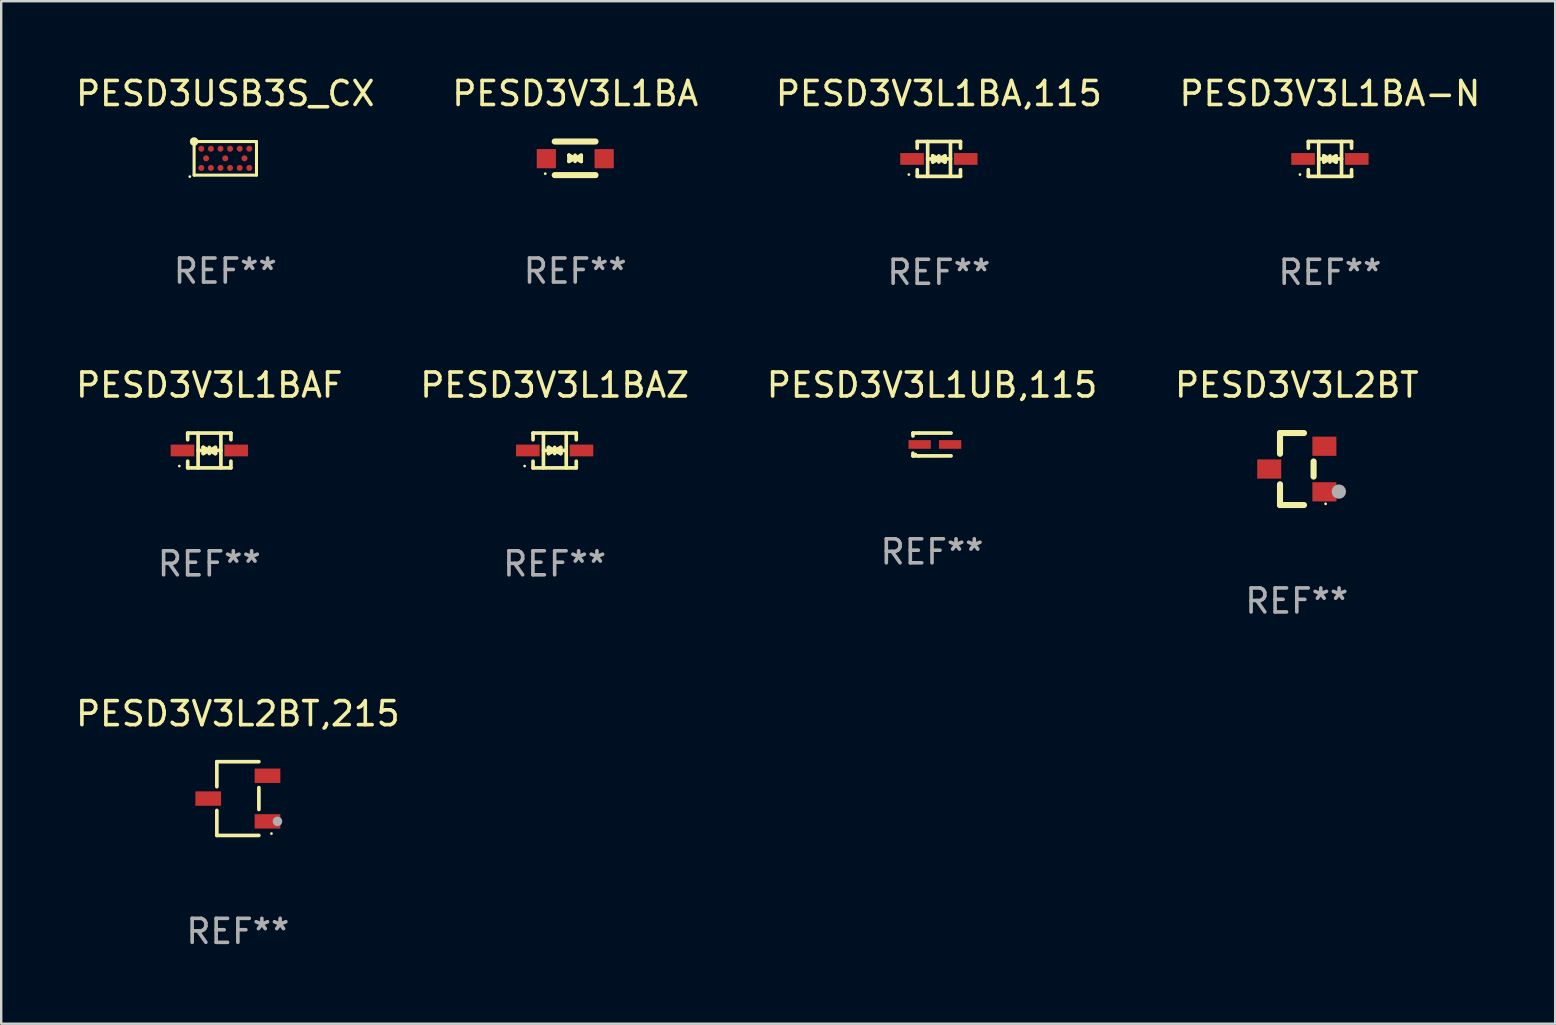
<source format=kicad_pcb>
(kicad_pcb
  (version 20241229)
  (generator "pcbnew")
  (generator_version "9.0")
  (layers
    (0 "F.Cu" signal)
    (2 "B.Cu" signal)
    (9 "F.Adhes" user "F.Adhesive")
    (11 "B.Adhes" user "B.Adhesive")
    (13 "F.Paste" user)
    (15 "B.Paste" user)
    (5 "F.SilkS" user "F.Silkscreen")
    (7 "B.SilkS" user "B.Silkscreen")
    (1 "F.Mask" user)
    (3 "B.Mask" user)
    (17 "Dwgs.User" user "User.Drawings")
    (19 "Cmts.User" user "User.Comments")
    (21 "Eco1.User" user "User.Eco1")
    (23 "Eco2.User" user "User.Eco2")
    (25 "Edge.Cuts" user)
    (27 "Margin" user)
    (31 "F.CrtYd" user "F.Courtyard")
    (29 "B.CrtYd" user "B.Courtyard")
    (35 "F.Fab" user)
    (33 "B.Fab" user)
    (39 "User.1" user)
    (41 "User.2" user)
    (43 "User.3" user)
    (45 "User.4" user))
  (footprint "PESD3V3L1BAZ"
    (layer "F.Cu")
    (at 20.065 15.723)
    (property "Reference" "PESD3V3L1BAZ" (at 0 -2.726 0) (layer "F.SilkS") (effects (font (size 1 1) (thickness 0.15))))
    (attr through_hole)
    (fp_line (start -0.901 -0.726) (end -0.901 -0.448) (stroke (width 0.152) (type solid)) (layer "F.SilkS"))
    (fp_line (start -0.901 0.726) (end -0.901 0.448) (stroke (width 0.152) (type solid)) (layer "F.SilkS"))
    (fp_line (start -0.467 0) (end 0.483 -0.003) (stroke (width 0.154) (type solid)) (layer "F.SilkS"))
    (fp_line (start -0.467 0.726) (end -0.467 -0.726) (stroke (width 0.152) (type solid)) (layer "F.SilkS"))
    (fp_line (start -0.254 -0.127) (end -0.254 -0.127) (stroke (width 0.154) (type solid)) (layer "F.SilkS"))
    (fp_line (start -0.254 -0.127) (end -0.002 -0.003) (stroke (width 0.154) (type solid)) (layer "F.SilkS"))
    (fp_line (start -0.254 0.127) (end -0.254 -0.127) (stroke (width 0.154) (type solid)) (layer "F.SilkS"))
    (fp_line (start -0.127 0) (end 0.003 0) (stroke (width 0.154) (type solid)) (layer "F.SilkS"))
    (fp_line (start -0.003 0) (end -0.254 0.127) (stroke (width 0.154) (type solid)) (layer "F.SilkS"))
    (fp_line (start 0 -0.127) (end 0 0.127) (stroke (width 0.154) (type solid)) (layer "F.SilkS"))
    (fp_line (start 0.003 0) (end 0.254 -0.127) (stroke (width 0.154) (type solid)) (layer "F.SilkS"))
    (fp_line (start 0.127 0) (end -0.003 0) (stroke (width 0.154) (type solid)) (layer "F.SilkS"))
    (fp_line (start 0.254 -0.127) (end 0.254 0.127) (stroke (width 0.154) (type solid)) (layer "F.SilkS"))
    (fp_line (start 0.254 0.127) (end 0.002 0.003) (stroke (width 0.154) (type solid)) (layer "F.SilkS"))
    (fp_line (start 0.254 0.127) (end 0.254 0.127) (stroke (width 0.154) (type solid)) (layer "F.SilkS"))
    (fp_line (start 0.483 0.726) (end 0.483 -0.726) (stroke (width 0.152) (type solid)) (layer "F.SilkS"))
    (fp_line (start 0.901 -0.726) (end -0.901 -0.726) (stroke (width 0.152) (type solid)) (layer "F.SilkS"))
    (fp_line (start 0.901 -0.726) (end 0.901 -0.448) (stroke (width 0.152) (type solid)) (layer "F.SilkS"))
    (fp_line (start 0.901 0.726) (end -0.901 0.726) (stroke (width 0.152) (type solid)) (layer "F.SilkS"))
    (fp_line (start 0.901 0.726) (end 0.901 0.448) (stroke (width 0.152) (type solid)) (layer "F.SilkS"))
    (fp_circle (center -1.25 0.65) (end -1.22 0.65) (stroke (width 0.06) (type solid)) (fill no) (layer "F.SilkS"))
    (fp_text user "REF**" (at 0 4.726 0) (layer "F.Fab") (effects (font (size 1 1) (thickness 0.15))))
    (pad "1" smd rect (at -1.118 0) (size 0.985 0.49) (layers "F.Cu" "F.Mask" "F.Paste"))
    (pad "2" smd rect (at 1.118 0) (size 0.985 0.49) (layers "F.Cu" "F.Mask" "F.Paste")))
  (footprint "PESD3V3L1BA"
    (layer "F.Cu")
    (at 20.923 3.548)
    (property "Reference" "PESD3V3L1BA" (at 0 -2.7 0) (layer "F.SilkS") (effects (font (size 1 1) (thickness 0.15))))
    (attr through_hole)
    (fp_line (start -0.855 -0.7) (end 0.845 -0.7) (stroke (width 0.254) (type solid)) (layer "F.SilkS"))
    (fp_line (start -0.855 0.7) (end 0.845 0.7) (stroke (width 0.254) (type solid)) (layer "F.SilkS"))
    (fp_line (start -0.26 -0.127) (end -0.26 -0.127) (stroke (width 0.154) (type solid)) (layer "F.SilkS"))
    (fp_line (start -0.26 -0.127) (end -0.008 -0.003) (stroke (width 0.154) (type solid)) (layer "F.SilkS"))
    (fp_line (start -0.26 0.127) (end -0.26 -0.127) (stroke (width 0.154) (type solid)) (layer "F.SilkS"))
    (fp_line (start -0.133 0.000483) (end -0.003 0.000483) (stroke (width 0.154) (type solid)) (layer "F.SilkS"))
    (fp_line (start -0.009 0.000483) (end -0.26 0.127) (stroke (width 0.154) (type solid)) (layer "F.SilkS"))
    (fp_line (start -0.006 -0.127) (end -0.006 0.127) (stroke (width 0.154) (type solid)) (layer "F.SilkS"))
    (fp_line (start -0.003 0.000483) (end 0.248 -0.127) (stroke (width 0.154) (type solid)) (layer "F.SilkS"))
    (fp_line (start 0.121 0.000483) (end -0.009 0.000483) (stroke (width 0.154) (type solid)) (layer "F.SilkS"))
    (fp_line (start 0.248 -0.127) (end 0.248 0.127) (stroke (width 0.154) (type solid)) (layer "F.SilkS"))
    (fp_line (start 0.248 0.127) (end -0.004 0.004) (stroke (width 0.154) (type solid)) (layer "F.SilkS"))
    (fp_line (start 0.248 0.127) (end 0.248 0.127) (stroke (width 0.154) (type solid)) (layer "F.SilkS"))
    (fp_circle (center -1.25 0.64) (end -1.22 0.64) (stroke (width 0.06) (type solid)) (fill no) (layer "F.SilkS"))
    (fp_text user "REF**" (at 0 4.7 0) (layer "F.Fab") (effects (font (size 1 1) (thickness 0.15))))
    (pad "1" smd rect (at -1.205 0.015) (size 0.8 0.8) (layers "F.Cu" "F.Mask" "F.Paste"))
    (pad "2" smd rect (at 1.205 0.015) (size 0.8 0.8) (layers "F.Cu" "F.Mask" "F.Paste")))
  (footprint "PESD3V3L1BAF"
    (layer "F.Cu")
    (at 5.673 15.723)
    (property "Reference" "PESD3V3L1BAF" (at 0 -2.726 0) (layer "F.SilkS") (effects (font (size 1 1) (thickness 0.15))))
    (attr through_hole)
    (fp_line (start -0.901 -0.726) (end -0.901 -0.448) (stroke (width 0.152) (type solid)) (layer "F.SilkS"))
    (fp_line (start -0.901 0.726) (end -0.901 0.448) (stroke (width 0.152) (type solid)) (layer "F.SilkS"))
    (fp_line (start -0.467 0) (end 0.483 -0.003) (stroke (width 0.154) (type solid)) (layer "F.SilkS"))
    (fp_line (start -0.467 0.726) (end -0.467 -0.726) (stroke (width 0.152) (type solid)) (layer "F.SilkS"))
    (fp_line (start -0.254 -0.127) (end -0.254 -0.127) (stroke (width 0.154) (type solid)) (layer "F.SilkS"))
    (fp_line (start -0.254 -0.127) (end -0.002 -0.003) (stroke (width 0.154) (type solid)) (layer "F.SilkS"))
    (fp_line (start -0.254 0.127) (end -0.254 -0.127) (stroke (width 0.154) (type solid)) (layer "F.SilkS"))
    (fp_line (start -0.127 0) (end 0.003 0) (stroke (width 0.154) (type solid)) (layer "F.SilkS"))
    (fp_line (start -0.003 0) (end -0.254 0.127) (stroke (width 0.154) (type solid)) (layer "F.SilkS"))
    (fp_line (start 0 -0.127) (end 0 0.127) (stroke (width 0.154) (type solid)) (layer "F.SilkS"))
    (fp_line (start 0.003 0) (end 0.254 -0.127) (stroke (width 0.154) (type solid)) (layer "F.SilkS"))
    (fp_line (start 0.127 0) (end -0.003 0) (stroke (width 0.154) (type solid)) (layer "F.SilkS"))
    (fp_line (start 0.254 -0.127) (end 0.254 0.127) (stroke (width 0.154) (type solid)) (layer "F.SilkS"))
    (fp_line (start 0.254 0.127) (end 0.002 0.003) (stroke (width 0.154) (type solid)) (layer "F.SilkS"))
    (fp_line (start 0.254 0.127) (end 0.254 0.127) (stroke (width 0.154) (type solid)) (layer "F.SilkS"))
    (fp_line (start 0.483 0.726) (end 0.483 -0.726) (stroke (width 0.152) (type solid)) (layer "F.SilkS"))
    (fp_line (start 0.901 -0.726) (end -0.901 -0.726) (stroke (width 0.152) (type solid)) (layer "F.SilkS"))
    (fp_line (start 0.901 -0.726) (end 0.901 -0.448) (stroke (width 0.152) (type solid)) (layer "F.SilkS"))
    (fp_line (start 0.901 0.726) (end -0.901 0.726) (stroke (width 0.152) (type solid)) (layer "F.SilkS"))
    (fp_line (start 0.901 0.726) (end 0.901 0.448) (stroke (width 0.152) (type solid)) (layer "F.SilkS"))
    (fp_circle (center -1.25 0.65) (end -1.22 0.65) (stroke (width 0.06) (type solid)) (fill no) (layer "F.SilkS"))
    (fp_text user "REF**" (at 0 4.726 0) (layer "F.Fab") (effects (font (size 1 1) (thickness 0.15))))
    (pad "1" smd rect (at -1.118 0) (size 0.985 0.49) (layers "F.Cu" "F.Mask" "F.Paste"))
    (pad "2" smd rect (at 1.118 0) (size 0.985 0.49) (layers "F.Cu" "F.Mask" "F.Paste")))
  (footprint "PESD3V3L1UB,115"
    (layer "F.Cu")
    (at 35.792 15.473)
    (property "Reference" "PESD3V3L1UB,115" (at 0 -2.476 0) (layer "F.SilkS") (effects (font (size 1 1) (thickness 0.15))))
    (attr through_hole)
    (fp_line (start -0.795 -0.476) (end -0.795 -0.356) (stroke (width 0.152) (type solid)) (layer "F.SilkS"))
    (fp_line (start -0.795 0.363) (end -0.795 0.476) (stroke (width 0.152) (type solid)) (layer "F.SilkS"))
    (fp_line (start -0.795 0.476) (end -0.557 0.476) (stroke (width 0.152) (type solid)) (layer "F.SilkS"))
    (fp_line (start -0.557 -0.476) (end -0.795 -0.476) (stroke (width 0.152) (type solid)) (layer "F.SilkS"))
    (fp_line (start -0.557 -0.476) (end 0.795 -0.476) (stroke (width 0.152) (type solid)) (layer "F.SilkS"))
    (fp_line (start -0.557 0.476) (end 0.795 0.476) (stroke (width 0.152) (type solid)) (layer "F.SilkS"))
    (fp_circle (center -0.681 0.4) (end -0.651 0.4) (stroke (width 0.06) (type solid)) (fill no) (layer "F.SilkS"))
    (fp_text user "REF**" (at 0 4.476 0) (layer "F.Fab") (effects (font (size 1 1) (thickness 0.15))))
    (pad "1" smd rect (at -0.516 0 180) (size 0.93 0.36) (layers "F.Cu" "F.Mask" "F.Paste"))
    (pad "2" smd rect (at 0.754 0 180) (size 0.93 0.36) (layers "F.Cu" "F.Mask" "F.Paste")))
  (footprint "PESD3USB3S_CX"
    (layer "F.Cu")
    (at 6.339 3.548)
    (property "Reference" "PESD3USB3S_CX" (at 0 -2.7 0) (layer "F.SilkS") (effects (font (size 1 1) (thickness 0.15))))
    (attr through_hole)
    (fp_line (start -1.3 -0.7) (end -1.3 0.7) (stroke (width 0.127) (type solid)) (layer "F.SilkS"))
    (fp_line (start -1.3 -0.7) (end 1.3 -0.7) (stroke (width 0.127) (type solid)) (layer "F.SilkS"))
    (fp_line (start -1.3 0.7) (end 1.3 0.7) (stroke (width 0.127) (type solid)) (layer "F.SilkS"))
    (fp_line (start 1.3 0.7) (end 1.3 -0.7) (stroke (width 0.127) (type solid)) (layer "F.SilkS"))
    (fp_circle (center -1.479 0.763) (end -1.449 0.763) (stroke (width 0.06) (type solid)) (fill no) (layer "F.SilkS"))
    (fp_circle (center -1.3 -0.7) (end -1.185 -0.7) (stroke (width 0.127) (type solid)) (fill no) (layer "F.SilkS"))
    (fp_text user "REF**" (at 0 4.7 0) (layer "F.Fab") (effects (font (size 1 1) (thickness 0.15))))
    (pad "A1" smd circle (at -1 -0.4) (size 0.25 0.25) (layers "F.Cu" "F.Mask" "F.Paste"))
    (pad "A2" smd circle (at -0.6 -0.4) (size 0.25 0.25) (layers "F.Cu" "F.Mask" "F.Paste"))
    (pad "A3" smd circle (at -0.2 -0.4) (size 0.25 0.25) (layers "F.Cu" "F.Mask" "F.Paste"))
    (pad "A4" smd circle (at 0.2 -0.4) (size 0.25 0.25) (layers "F.Cu" "F.Mask" "F.Paste"))
    (pad "A5" smd circle (at 0.6 -0.4) (size 0.25 0.25) (layers "F.Cu" "F.Mask" "F.Paste"))
    (pad "A6" smd circle (at 1 -0.4) (size 0.25 0.25) (layers "F.Cu" "F.Mask" "F.Paste"))
    (pad "B1" smd circle (at -0.8 -0.000025) (size 0.25 0.25) (layers "F.Cu" "F.Mask" "F.Paste"))
    (pad "B2" smd circle (at 0.000013 -0.000025) (size 0.25 0.25) (layers "F.Cu" "F.Mask" "F.Paste"))
    (pad "B3" smd circle (at 0.8 -0.000025) (size 0.25 0.25) (layers "F.Cu" "F.Mask" "F.Paste"))
    (pad "C1" smd circle (at -1 0.4) (size 0.25 0.25) (layers "F.Cu" "F.Mask" "F.Paste"))
    (pad "C2" smd circle (at -0.6 0.4) (size 0.25 0.25) (layers "F.Cu" "F.Mask" "F.Paste"))
    (pad "C3" smd circle (at -0.2 0.4) (size 0.25 0.25) (layers "F.Cu" "F.Mask" "F.Paste"))
    (pad "C4" smd circle (at 0.2 0.4) (size 0.25 0.25) (layers "F.Cu" "F.Mask" "F.Paste"))
    (pad "C5" smd circle (at 0.6 0.4) (size 0.25 0.25) (layers "F.Cu" "F.Mask" "F.Paste"))
    (pad "C6" smd circle (at 1 0.4) (size 0.25 0.25) (layers "F.Cu" "F.Mask" "F.Paste")))
  (footprint "PESD3V3L1BA-N"
    (layer "F.Cu")
    (at 52.375 3.574)
    (property "Reference" "PESD3V3L1BA-N" (at 0 -2.726 0) (layer "F.SilkS") (effects (font (size 1 1) (thickness 0.15))))
    (attr through_hole)
    (fp_line (start -0.901 -0.726) (end -0.901 -0.448) (stroke (width 0.152) (type solid)) (layer "F.SilkS"))
    (fp_line (start -0.901 0.726) (end -0.901 0.448) (stroke (width 0.152) (type solid)) (layer "F.SilkS"))
    (fp_line (start -0.467 0) (end 0.483 -0.003) (stroke (width 0.154) (type solid)) (layer "F.SilkS"))
    (fp_line (start -0.467 0.726) (end -0.467 -0.726) (stroke (width 0.152) (type solid)) (layer "F.SilkS"))
    (fp_line (start -0.254 -0.127) (end -0.254 -0.127) (stroke (width 0.154) (type solid)) (layer "F.SilkS"))
    (fp_line (start -0.254 -0.127) (end -0.002 -0.003) (stroke (width 0.154) (type solid)) (layer "F.SilkS"))
    (fp_line (start -0.254 0.127) (end -0.254 -0.127) (stroke (width 0.154) (type solid)) (layer "F.SilkS"))
    (fp_line (start -0.127 0) (end 0.003 0) (stroke (width 0.154) (type solid)) (layer "F.SilkS"))
    (fp_line (start -0.003 0) (end -0.254 0.127) (stroke (width 0.154) (type solid)) (layer "F.SilkS"))
    (fp_line (start 0 -0.127) (end 0 0.127) (stroke (width 0.154) (type solid)) (layer "F.SilkS"))
    (fp_line (start 0.003 0) (end 0.254 -0.127) (stroke (width 0.154) (type solid)) (layer "F.SilkS"))
    (fp_line (start 0.127 0) (end -0.003 0) (stroke (width 0.154) (type solid)) (layer "F.SilkS"))
    (fp_line (start 0.254 -0.127) (end 0.254 0.127) (stroke (width 0.154) (type solid)) (layer "F.SilkS"))
    (fp_line (start 0.254 0.127) (end 0.002 0.003) (stroke (width 0.154) (type solid)) (layer "F.SilkS"))
    (fp_line (start 0.254 0.127) (end 0.254 0.127) (stroke (width 0.154) (type solid)) (layer "F.SilkS"))
    (fp_line (start 0.483 0.726) (end 0.483 -0.726) (stroke (width 0.152) (type solid)) (layer "F.SilkS"))
    (fp_line (start 0.901 -0.726) (end -0.901 -0.726) (stroke (width 0.152) (type solid)) (layer "F.SilkS"))
    (fp_line (start 0.901 -0.726) (end 0.901 -0.448) (stroke (width 0.152) (type solid)) (layer "F.SilkS"))
    (fp_line (start 0.901 0.726) (end -0.901 0.726) (stroke (width 0.152) (type solid)) (layer "F.SilkS"))
    (fp_line (start 0.901 0.726) (end 0.901 0.448) (stroke (width 0.152) (type solid)) (layer "F.SilkS"))
    (fp_circle (center -1.25 0.65) (end -1.22 0.65) (stroke (width 0.06) (type solid)) (fill no) (layer "F.SilkS"))
    (fp_text user "REF**" (at 0 4.726 0) (layer "F.Fab") (effects (font (size 1 1) (thickness 0.15))))
    (pad "1" smd rect (at -1.118 0) (size 0.985 0.49) (layers "F.Cu" "F.Mask" "F.Paste"))
    (pad "2" smd rect (at 1.118 0) (size 0.985 0.49) (layers "F.Cu" "F.Mask" "F.Paste")))
  (footprint "PESD3V3L2BT,215"
    (layer "F.Cu")
    (at 6.863 30.23)
    (property "Reference" "PESD3V3L2BT,215" (at 0 -3.536 0) (layer "F.SilkS") (effects (font (size 1 1) (thickness 0.15))))
    (attr through_hole)
    (fp_line (start -0.876 -1.536) (end -0.876 -0.495) (stroke (width 0.152) (type solid)) (layer "F.SilkS"))
    (fp_line (start -0.876 1.536) (end -0.876 0.495) (stroke (width 0.152) (type solid)) (layer "F.SilkS"))
    (fp_line (start 0.876 -1.536) (end -0.876 -1.536) (stroke (width 0.152) (type solid)) (layer "F.SilkS"))
    (fp_line (start 0.876 -0.455) (end 0.876 0.455) (stroke (width 0.152) (type solid)) (layer "F.SilkS"))
    (fp_line (start 0.876 1.536) (end -0.876 1.536) (stroke (width 0.152) (type solid)) (layer "F.SilkS"))
    (fp_circle (center 1.4 1.46) (end 1.43 1.46) (stroke (width 0.06) (type solid)) (fill no) (layer "F.SilkS"))
    (fp_circle (center 1.651 0.95) (end 1.751 0.95) (stroke (width 0.2) (type solid)) (fill no) (layer "F.Fab"))
    (fp_text user "REF**" (at 0 5.536 0) (layer "F.Fab") (effects (font (size 1 1) (thickness 0.15))))
    (pad "1" smd rect (at 1.235 0.95) (size 1.07 0.6) (layers "F.Cu" "F.Mask" "F.Paste"))
    (pad "2" smd rect (at 1.235 -0.95) (size 1.07 0.6) (layers "F.Cu" "F.Mask" "F.Paste"))
    (pad "3" smd rect (at -1.235 0) (size 1.07 0.6) (layers "F.Cu" "F.Mask" "F.Paste")))
  (footprint "PESD3V3L1BA,115"
    (layer "F.Cu")
    (at 36.077 3.574)
    (property "Reference" "PESD3V3L1BA,115" (at 0 -2.726 0) (layer "F.SilkS") (effects (font (size 1 1) (thickness 0.15))))
    (attr through_hole)
    (fp_line (start -0.901 -0.726) (end -0.901 -0.448) (stroke (width 0.152) (type solid)) (layer "F.SilkS"))
    (fp_line (start -0.901 0.726) (end -0.901 0.448) (stroke (width 0.152) (type solid)) (layer "F.SilkS"))
    (fp_line (start -0.467 0) (end 0.483 -0.003) (stroke (width 0.154) (type solid)) (layer "F.SilkS"))
    (fp_line (start -0.467 0.726) (end -0.467 -0.726) (stroke (width 0.152) (type solid)) (layer "F.SilkS"))
    (fp_line (start -0.254 -0.127) (end -0.254 -0.127) (stroke (width 0.154) (type solid)) (layer "F.SilkS"))
    (fp_line (start -0.254 -0.127) (end -0.002 -0.003) (stroke (width 0.154) (type solid)) (layer "F.SilkS"))
    (fp_line (start -0.254 0.127) (end -0.254 -0.127) (stroke (width 0.154) (type solid)) (layer "F.SilkS"))
    (fp_line (start -0.127 0) (end 0.003 0) (stroke (width 0.154) (type solid)) (layer "F.SilkS"))
    (fp_line (start -0.003 0) (end -0.254 0.127) (stroke (width 0.154) (type solid)) (layer "F.SilkS"))
    (fp_line (start 0 -0.127) (end 0 0.127) (stroke (width 0.154) (type solid)) (layer "F.SilkS"))
    (fp_line (start 0.003 0) (end 0.254 -0.127) (stroke (width 0.154) (type solid)) (layer "F.SilkS"))
    (fp_line (start 0.127 0) (end -0.003 0) (stroke (width 0.154) (type solid)) (layer "F.SilkS"))
    (fp_line (start 0.254 -0.127) (end 0.254 0.127) (stroke (width 0.154) (type solid)) (layer "F.SilkS"))
    (fp_line (start 0.254 0.127) (end 0.002 0.003) (stroke (width 0.154) (type solid)) (layer "F.SilkS"))
    (fp_line (start 0.254 0.127) (end 0.254 0.127) (stroke (width 0.154) (type solid)) (layer "F.SilkS"))
    (fp_line (start 0.483 0.726) (end 0.483 -0.726) (stroke (width 0.152) (type solid)) (layer "F.SilkS"))
    (fp_line (start 0.901 -0.726) (end -0.901 -0.726) (stroke (width 0.152) (type solid)) (layer "F.SilkS"))
    (fp_line (start 0.901 -0.726) (end 0.901 -0.448) (stroke (width 0.152) (type solid)) (layer "F.SilkS"))
    (fp_line (start 0.901 0.726) (end -0.901 0.726) (stroke (width 0.152) (type solid)) (layer "F.SilkS"))
    (fp_line (start 0.901 0.726) (end 0.901 0.448) (stroke (width 0.152) (type solid)) (layer "F.SilkS"))
    (fp_circle (center -1.25 0.65) (end -1.22 0.65) (stroke (width 0.06) (type solid)) (fill no) (layer "F.SilkS"))
    (fp_text user "REF**" (at 0 4.726 0) (layer "F.Fab") (effects (font (size 1 1) (thickness 0.15))))
    (pad "1" smd rect (at -1.118 0) (size 0.985 0.49) (layers "F.Cu" "F.Mask" "F.Paste"))
    (pad "2" smd rect (at 1.118 0) (size 0.985 0.49) (layers "F.Cu" "F.Mask" "F.Paste")))
  (footprint "PESD3V3L2BT"
    (layer "F.Cu")
    (at 50.994 16.497)
    (property "Reference" "PESD3V3L2BT" (at 0 -3.5 0) (layer "F.SilkS") (effects (font (size 1 1) (thickness 0.15))))
    (attr through_hole)
    (fp_line (start -0.7 -1.5) (end 0.3 -1.5) (stroke (width 0.254) (type solid)) (layer "F.SilkS"))
    (fp_line (start -0.7 -0.636) (end -0.7 -1.5) (stroke (width 0.254) (type solid)) (layer "F.SilkS"))
    (fp_line (start -0.7 1.5) (end -0.7 0.636) (stroke (width 0.254) (type solid)) (layer "F.SilkS"))
    (fp_line (start -0.7 1.5) (end 0.3 1.5) (stroke (width 0.254) (type solid)) (layer "F.SilkS"))
    (fp_line (start 0.7 0.314) (end 0.7 -0.314) (stroke (width 0.254) (type solid)) (layer "F.SilkS"))
    (fp_circle (center 1.2 1.45) (end 1.23 1.45) (stroke (width 0.06) (type solid)) (fill no) (layer "F.SilkS"))
    (fp_circle (center 1.753 0.94) (end 1.903 0.94) (stroke (width 0.3) (type solid)) (fill no) (layer "F.Fab"))
    (fp_text user "REF**" (at 0 5.5 0) (layer "F.Fab") (effects (font (size 1 1) (thickness 0.15))))
    (pad "1" smd rect (at 1.15 0.95 180) (size 1 0.8) (layers "F.Cu" "F.Mask" "F.Paste"))
    (pad "2" smd rect (at 1.15 -0.95 180) (size 1 0.8) (layers "F.Cu" "F.Mask" "F.Paste"))
    (pad "3" smd rect (at -1.15 -0.000051 180) (size 1 0.8) (layers "F.Cu" "F.Mask" "F.Paste")))
  (gr_rect
    (start -3 -3)
    (end 61.762 39.614)
    (stroke (width 0.1) (type default))
    (fill no)
    (layer "Edge.Cuts")))
</source>
